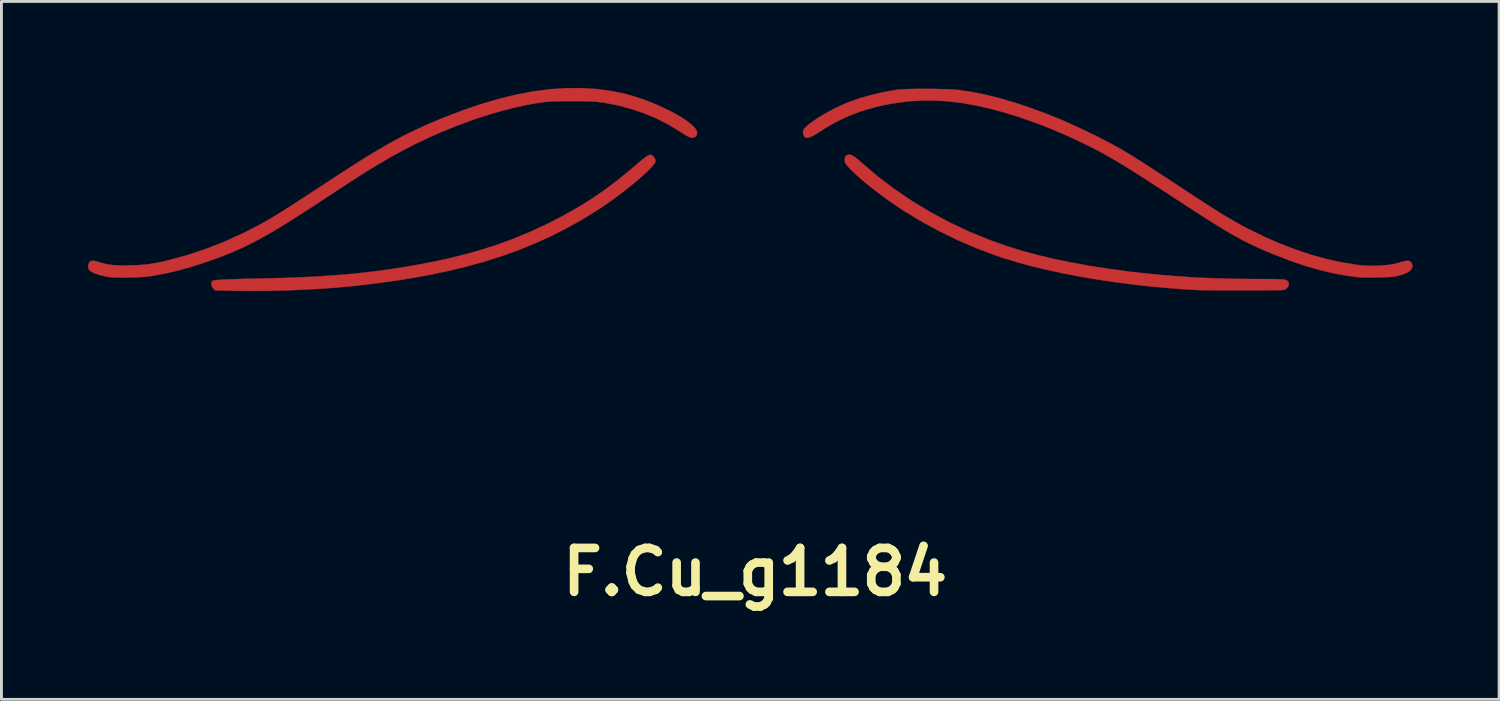
<source format=kicad_pcb>
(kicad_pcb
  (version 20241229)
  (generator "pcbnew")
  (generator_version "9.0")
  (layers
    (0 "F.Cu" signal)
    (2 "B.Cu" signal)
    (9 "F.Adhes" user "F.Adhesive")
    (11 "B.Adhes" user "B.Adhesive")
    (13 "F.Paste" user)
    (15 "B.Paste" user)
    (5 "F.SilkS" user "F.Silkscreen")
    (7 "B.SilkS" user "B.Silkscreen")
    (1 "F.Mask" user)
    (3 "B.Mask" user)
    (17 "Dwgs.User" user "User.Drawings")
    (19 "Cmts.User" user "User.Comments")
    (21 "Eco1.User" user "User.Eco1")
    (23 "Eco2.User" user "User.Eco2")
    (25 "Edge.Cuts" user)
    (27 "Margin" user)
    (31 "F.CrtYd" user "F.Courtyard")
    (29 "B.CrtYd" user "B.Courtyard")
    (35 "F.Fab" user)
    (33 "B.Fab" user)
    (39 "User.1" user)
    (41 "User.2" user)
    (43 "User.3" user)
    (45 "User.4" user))
  (footprint "F.Cu_g1184"
    (layer "F.Cu")
    (at 23.137 16.786)
    (property "Reference" "F.Cu_g1184" (at 0 0 0) (layer "F.SilkS") (effects (font (size 1.524 1.524) (thickness 0.3))))
    (attr through_hole)
    (fp_poly (pts (xy -3.603 -14.465) (xy -3.548 -14.429) (xy -3.496 -14.369) (xy -3.46 -14.301) (xy -3.45 -14.254) (xy -3.467 -14.202) (xy -3.516 -14.128) (xy -3.595 -14.036) (xy -3.7 -13.928) (xy -3.828 -13.806) (xy -3.977 -13.673) (xy -4.143 -13.531) (xy -4.324 -13.383) (xy -4.516 -13.23) (xy -4.718 -13.077) (xy -4.925 -12.924) (xy -5.135 -12.775) (xy -5.345 -12.632) (xy -5.449 -12.563) (xy -5.969 -12.241) (xy -6.499 -11.942) (xy -7.044 -11.664) (xy -7.605 -11.408) (xy -8.185 -11.171) (xy -8.786 -10.955) (xy -9.41 -10.758) (xy -10.059 -10.579) (xy -10.736 -10.418) (xy -11.443 -10.274) (xy -12.183 -10.145) (xy -12.957 -10.033) (xy -13.768 -9.935) (xy -14.034 -9.907) (xy -14.558 -9.859) (xy -15.115 -9.819) (xy -15.696 -9.788) (xy -16.29 -9.765) (xy -16.891 -9.752) (xy -17.487 -9.748) (xy -18.07 -9.753) (xy -18.253 -9.757) (xy -18.736 -9.768) (xy -18.798 -9.838) (xy -18.845 -9.914) (xy -18.86 -9.995) (xy -18.841 -10.069) (xy -18.832 -10.084) (xy -18.817 -10.095) (xy -18.789 -10.105) (xy -18.745 -10.115) (xy -18.682 -10.123) (xy -18.599 -10.131) (xy -18.492 -10.138) (xy -18.359 -10.145) (xy -18.197 -10.151) (xy -18.005 -10.157) (xy -17.779 -10.164) (xy -17.517 -10.17) (xy -17.218 -10.177) (xy -17.018 -10.181) (xy -16.373 -10.197) (xy -15.764 -10.22) (xy -15.187 -10.249) (xy -14.636 -10.285) (xy -14.106 -10.329) (xy -13.592 -10.38) (xy -13.089 -10.44) (xy -12.592 -10.509) (xy -12.095 -10.588) (xy -11.8 -10.638) (xy -11.154 -10.761) (xy -10.544 -10.894) (xy -9.964 -11.04) (xy -9.409 -11.2) (xy -8.873 -11.375) (xy -8.352 -11.569) (xy -7.839 -11.781) (xy -7.329 -12.015) (xy -7.091 -12.132) (xy -6.592 -12.392) (xy -6.124 -12.657) (xy -5.678 -12.935) (xy -5.246 -13.23) (xy -4.819 -13.549) (xy -4.387 -13.898) (xy -4.167 -14.085) (xy -4.025 -14.207) (xy -3.91 -14.303) (xy -3.819 -14.374) (xy -3.747 -14.424) (xy -3.691 -14.454) (xy -3.648 -14.468) (xy -3.614 -14.469) (xy -3.603 -14.465)) (stroke (width 0.01) (type solid)) (fill yes) (layer "F.Cu"))
    (fp_poly (pts (xy 3.316 -14.468) (xy 3.384 -14.439) (xy 3.466 -14.385) (xy 3.567 -14.304) (xy 3.665 -14.218) (xy 4.226 -13.739) (xy 4.817 -13.289) (xy 5.437 -12.868) (xy 6.082 -12.478) (xy 6.752 -12.12) (xy 7.443 -11.795) (xy 8.154 -11.505) (xy 8.721 -11.304) (xy 9.23 -11.145) (xy 9.777 -10.997) (xy 10.361 -10.858) (xy 10.977 -10.73) (xy 11.623 -10.613) (xy 12.296 -10.509) (xy 12.994 -10.416) (xy 13.462 -10.363) (xy 13.999 -10.309) (xy 14.52 -10.264) (xy 15.034 -10.228) (xy 15.551 -10.2) (xy 16.079 -10.18) (xy 16.627 -10.167) (xy 17.204 -10.161) (xy 17.458 -10.16) (xy 17.688 -10.16) (xy 17.88 -10.159) (xy 18.037 -10.157) (xy 18.163 -10.154) (xy 18.262 -10.149) (xy 18.337 -10.141) (xy 18.392 -10.131) (xy 18.432 -10.117) (xy 18.459 -10.1) (xy 18.477 -10.078) (xy 18.491 -10.052) (xy 18.498 -10.037) (xy 18.51 -9.959) (xy 18.48 -9.884) (xy 18.409 -9.813) (xy 18.408 -9.813) (xy 18.395 -9.804) (xy 18.38 -9.796) (xy 18.36 -9.789) (xy 18.332 -9.784) (xy 18.292 -9.78) (xy 18.238 -9.776) (xy 18.165 -9.773) (xy 18.071 -9.771) (xy 17.952 -9.77) (xy 17.805 -9.769) (xy 17.627 -9.768) (xy 17.415 -9.768) (xy 17.165 -9.767) (xy 17.043 -9.767) (xy 16.804 -9.767) (xy 16.572 -9.767) (xy 16.351 -9.767) (xy 16.146 -9.768) (xy 15.961 -9.768) (xy 15.801 -9.769) (xy 15.67 -9.77) (xy 15.573 -9.771) (xy 15.515 -9.772) (xy 15.31 -9.779) (xy 15.07 -9.792) (xy 14.802 -9.809) (xy 14.514 -9.831) (xy 14.213 -9.856) (xy 13.905 -9.885) (xy 13.598 -9.915) (xy 13.299 -9.948) (xy 13.187 -9.961) (xy 12.531 -10.044) (xy 11.892 -10.139) (xy 11.271 -10.243) (xy 10.674 -10.358) (xy 10.103 -10.481) (xy 9.561 -10.612) (xy 9.053 -10.751) (xy 8.582 -10.896) (xy 8.361 -10.97) (xy 7.677 -11.228) (xy 7.007 -11.517) (xy 6.354 -11.836) (xy 5.722 -12.181) (xy 5.116 -12.552) (xy 4.538 -12.945) (xy 3.995 -13.358) (xy 3.81 -13.509) (xy 3.647 -13.649) (xy 3.499 -13.781) (xy 3.371 -13.902) (xy 3.265 -14.009) (xy 3.184 -14.099) (xy 3.132 -14.169) (xy 3.114 -14.205) (xy 3.102 -14.289) (xy 3.116 -14.37) (xy 3.153 -14.433) (xy 3.2 -14.465) (xy 3.256 -14.476) (xy 3.316 -14.468)) (stroke (width 0.01) (type solid)) (fill yes) (layer "F.Cu"))
    (fp_poly (pts (xy -5.503 -16.749) (xy -4.996 -16.681) (xy -4.646 -16.613) (xy -4.41 -16.556) (xy -4.169 -16.485) (xy -3.924 -16.404) (xy -3.68 -16.314) (xy -3.441 -16.216) (xy -3.209 -16.113) (xy -2.987 -16.006) (xy -2.78 -15.897) (xy -2.59 -15.788) (xy -2.422 -15.68) (xy -2.278 -15.575) (xy -2.161 -15.476) (xy -2.076 -15.383) (xy -2.025 -15.299) (xy -2.011 -15.237) (xy -2.02 -15.161) (xy -2.053 -15.11) (xy -2.098 -15.08) (xy -2.14 -15.063) (xy -2.186 -15.059) (xy -2.24 -15.069) (xy -2.307 -15.094) (xy -2.392 -15.138) (xy -2.499 -15.202) (xy -2.634 -15.289) (xy -2.691 -15.326) (xy -3.051 -15.541) (xy -3.441 -15.736) (xy -3.855 -15.908) (xy -4.285 -16.055) (xy -4.724 -16.173) (xy -5.165 -16.261) (xy -5.461 -16.302) (xy -5.568 -16.31) (xy -5.709 -16.317) (xy -5.877 -16.323) (xy -6.063 -16.326) (xy -6.261 -16.328) (xy -6.462 -16.328) (xy -6.66 -16.327) (xy -6.847 -16.323) (xy -7.014 -16.318) (xy -7.155 -16.311) (xy -7.262 -16.303) (xy -7.271 -16.302) (xy -7.623 -16.251) (xy -8.005 -16.18) (xy -8.407 -16.089) (xy -8.824 -15.981) (xy -9.248 -15.857) (xy -9.673 -15.72) (xy -9.858 -15.655) (xy -10.352 -15.471) (xy -10.827 -15.28) (xy -11.289 -15.078) (xy -11.745 -14.862) (xy -12.2 -14.629) (xy -12.661 -14.376) (xy -13.133 -14.1) (xy -13.622 -13.798) (xy -14.034 -13.533) (xy -14.207 -13.419) (xy -14.406 -13.289) (xy -14.617 -13.151) (xy -14.83 -13.011) (xy -15.033 -12.878) (xy -15.216 -12.758) (xy -15.229 -12.75) (xy -15.603 -12.506) (xy -15.947 -12.286) (xy -16.264 -12.087) (xy -16.558 -11.907) (xy -16.833 -11.744) (xy -17.093 -11.597) (xy -17.34 -11.464) (xy -17.58 -11.341) (xy -17.816 -11.229) (xy -18.051 -11.124) (xy -18.289 -11.025) (xy -18.534 -10.929) (xy -18.79 -10.835) (xy -19.061 -10.742) (xy -19.197 -10.696) (xy -19.632 -10.56) (xy -20.047 -10.446) (xy -20.458 -10.351) (xy -20.877 -10.272) (xy -20.934 -10.263) (xy -21.059 -10.247) (xy -21.213 -10.233) (xy -21.388 -10.222) (xy -21.574 -10.214) (xy -21.763 -10.209) (xy -21.948 -10.208) (xy -22.119 -10.21) (xy -22.268 -10.216) (xy -22.388 -10.226) (xy -22.428 -10.232) (xy -22.537 -10.253) (xy -22.656 -10.28) (xy -22.756 -10.307) (xy -22.9 -10.356) (xy -23.005 -10.404) (xy -23.076 -10.454) (xy -23.117 -10.511) (xy -23.132 -10.578) (xy -23.129 -10.628) (xy -23.11 -10.708) (xy -23.073 -10.761) (xy -23.017 -10.788) (xy -22.935 -10.791) (xy -22.826 -10.769) (xy -22.7 -10.731) (xy -22.57 -10.693) (xy -22.429 -10.664) (xy -22.271 -10.644) (xy -22.09 -10.633) (xy -21.881 -10.629) (xy -21.636 -10.633) (xy -21.606 -10.634) (xy -21.381 -10.644) (xy -21.181 -10.658) (xy -20.991 -10.68) (xy -20.801 -10.711) (xy -20.596 -10.752) (xy -20.364 -10.806) (xy -20.362 -10.806) (xy -19.709 -10.984) (xy -19.066 -11.196) (xy -18.427 -11.446) (xy -17.788 -11.735) (xy -17.547 -11.855) (xy -17.427 -11.916) (xy -17.312 -11.976) (xy -17.198 -12.036) (xy -17.084 -12.099) (xy -16.967 -12.165) (xy -16.844 -12.237) (xy -16.712 -12.316) (xy -16.569 -12.403) (xy -16.411 -12.501) (xy -16.237 -12.611) (xy -16.044 -12.735) (xy -15.828 -12.874) (xy -15.588 -13.03) (xy -15.321 -13.204) (xy -15.023 -13.399) (xy -14.711 -13.604) (xy -14.327 -13.854) (xy -13.973 -14.082) (xy -13.645 -14.29) (xy -13.34 -14.478) (xy -13.054 -14.65) (xy -12.783 -14.808) (xy -12.523 -14.953) (xy -12.27 -15.088) (xy -12.021 -15.215) (xy -11.771 -15.335) (xy -11.516 -15.452) (xy -11.254 -15.567) (xy -10.98 -15.683) (xy -10.742 -15.779) (xy -10.087 -16.029) (xy -9.452 -16.243) (xy -8.838 -16.421) (xy -8.242 -16.564) (xy -7.664 -16.671) (xy -7.102 -16.743) (xy -6.555 -16.779) (xy -6.023 -16.781) (xy -5.503 -16.749)) (stroke (width 0.01) (type solid)) (fill yes) (layer "F.Cu"))
    (fp_poly (pts (xy 6.09 -16.754) (xy 6.299 -16.751) (xy 6.5 -16.746) (xy 6.685 -16.74) (xy 6.85 -16.732) (xy 6.987 -16.723) (xy 7.07 -16.715) (xy 7.526 -16.646) (xy 8.007 -16.548) (xy 8.511 -16.421) (xy 9.032 -16.268) (xy 9.569 -16.089) (xy 10.116 -15.886) (xy 10.67 -15.66) (xy 11.227 -15.411) (xy 11.785 -15.142) (xy 11.843 -15.113) (xy 12.014 -15.025) (xy 12.174 -14.943) (xy 12.324 -14.864) (xy 12.469 -14.785) (xy 12.613 -14.705) (xy 12.758 -14.621) (xy 12.909 -14.532) (xy 13.069 -14.435) (xy 13.24 -14.328) (xy 13.428 -14.209) (xy 13.634 -14.077) (xy 13.864 -13.928) (xy 14.119 -13.76) (xy 14.405 -13.573) (xy 14.573 -13.462) (xy 14.886 -13.255) (xy 15.167 -13.071) (xy 15.419 -12.906) (xy 15.646 -12.76) (xy 15.85 -12.629) (xy 16.034 -12.513) (xy 16.203 -12.408) (xy 16.358 -12.314) (xy 16.503 -12.228) (xy 16.642 -12.148) (xy 16.776 -12.073) (xy 16.91 -12) (xy 17.047 -11.928) (xy 17.134 -11.883) (xy 17.672 -11.62) (xy 18.212 -11.385) (xy 18.752 -11.178) (xy 19.287 -11) (xy 19.813 -10.854) (xy 20.326 -10.74) (xy 20.821 -10.66) (xy 20.934 -10.646) (xy 21.182 -10.625) (xy 21.434 -10.619) (xy 21.681 -10.626) (xy 21.914 -10.645) (xy 22.126 -10.677) (xy 22.308 -10.721) (xy 22.351 -10.735) (xy 22.44 -10.761) (xy 22.536 -10.781) (xy 22.577 -10.787) (xy 22.645 -10.793) (xy 22.688 -10.786) (xy 22.724 -10.763) (xy 22.742 -10.746) (xy 22.789 -10.675) (xy 22.797 -10.598) (xy 22.77 -10.521) (xy 22.709 -10.448) (xy 22.618 -10.384) (xy 22.5 -10.333) (xy 22.39 -10.298) (xy 22.289 -10.271) (xy 22.189 -10.251) (xy 22.082 -10.236) (xy 21.96 -10.226) (xy 21.814 -10.219) (xy 21.637 -10.215) (xy 21.579 -10.214) (xy 21.434 -10.212) (xy 21.297 -10.211) (xy 21.177 -10.211) (xy 21.08 -10.212) (xy 21.014 -10.214) (xy 20.997 -10.215) (xy 20.537 -10.27) (xy 20.06 -10.356) (xy 19.567 -10.474) (xy 19.055 -10.624) (xy 18.521 -10.807) (xy 17.965 -11.023) (xy 17.873 -11.061) (xy 17.661 -11.151) (xy 17.461 -11.239) (xy 17.269 -11.327) (xy 17.08 -11.419) (xy 16.891 -11.515) (xy 16.699 -11.618) (xy 16.498 -11.731) (xy 16.286 -11.856) (xy 16.059 -11.994) (xy 15.812 -12.147) (xy 15.542 -12.319) (xy 15.244 -12.511) (xy 14.944 -12.707) (xy 14.575 -12.948) (xy 14.24 -13.167) (xy 13.934 -13.366) (xy 13.656 -13.545) (xy 13.403 -13.707) (xy 13.173 -13.854) (xy 12.963 -13.985) (xy 12.771 -14.104) (xy 12.593 -14.212) (xy 12.428 -14.31) (xy 12.273 -14.4) (xy 12.126 -14.483) (xy 11.983 -14.561) (xy 11.844 -14.635) (xy 11.704 -14.708) (xy 11.561 -14.78) (xy 11.557 -14.782) (xy 10.962 -15.065) (xy 10.366 -15.325) (xy 9.771 -15.56) (xy 9.184 -15.766) (xy 8.608 -15.944) (xy 8.05 -16.091) (xy 7.641 -16.18) (xy 7.169 -16.264) (xy 6.72 -16.32) (xy 6.286 -16.349) (xy 5.858 -16.352) (xy 5.428 -16.33) (xy 5.188 -16.306) (xy 4.669 -16.231) (xy 4.17 -16.123) (xy 3.694 -15.984) (xy 3.242 -15.814) (xy 2.816 -15.613) (xy 2.42 -15.384) (xy 2.363 -15.347) (xy 2.208 -15.246) (xy 2.082 -15.169) (xy 1.982 -15.113) (xy 1.902 -15.076) (xy 1.84 -15.057) (xy 1.79 -15.054) (xy 1.749 -15.064) (xy 1.738 -15.07) (xy 1.695 -15.114) (xy 1.667 -15.183) (xy 1.659 -15.261) (xy 1.672 -15.325) (xy 1.714 -15.388) (xy 1.79 -15.465) (xy 1.897 -15.552) (xy 2.029 -15.648) (xy 2.182 -15.749) (xy 2.351 -15.852) (xy 2.533 -15.955) (xy 2.722 -16.056) (xy 2.915 -16.15) (xy 3.106 -16.237) (xy 3.291 -16.312) (xy 3.31 -16.32) (xy 3.657 -16.438) (xy 4.035 -16.545) (xy 4.43 -16.637) (xy 4.833 -16.711) (xy 4.921 -16.725) (xy 5.012 -16.735) (xy 5.139 -16.742) (xy 5.295 -16.748) (xy 5.475 -16.752) (xy 5.671 -16.755) (xy 5.878 -16.755) (xy 6.09 -16.754)) (stroke (width 0.01) (type solid)) (fill yes) (layer "F.Cu")))
  (gr_rect
    (start -3 -3)
    (end 48.939 21.204)
    (stroke (width 0.1) (type default))
    (fill no)
    (layer "Edge.Cuts")))
</source>
